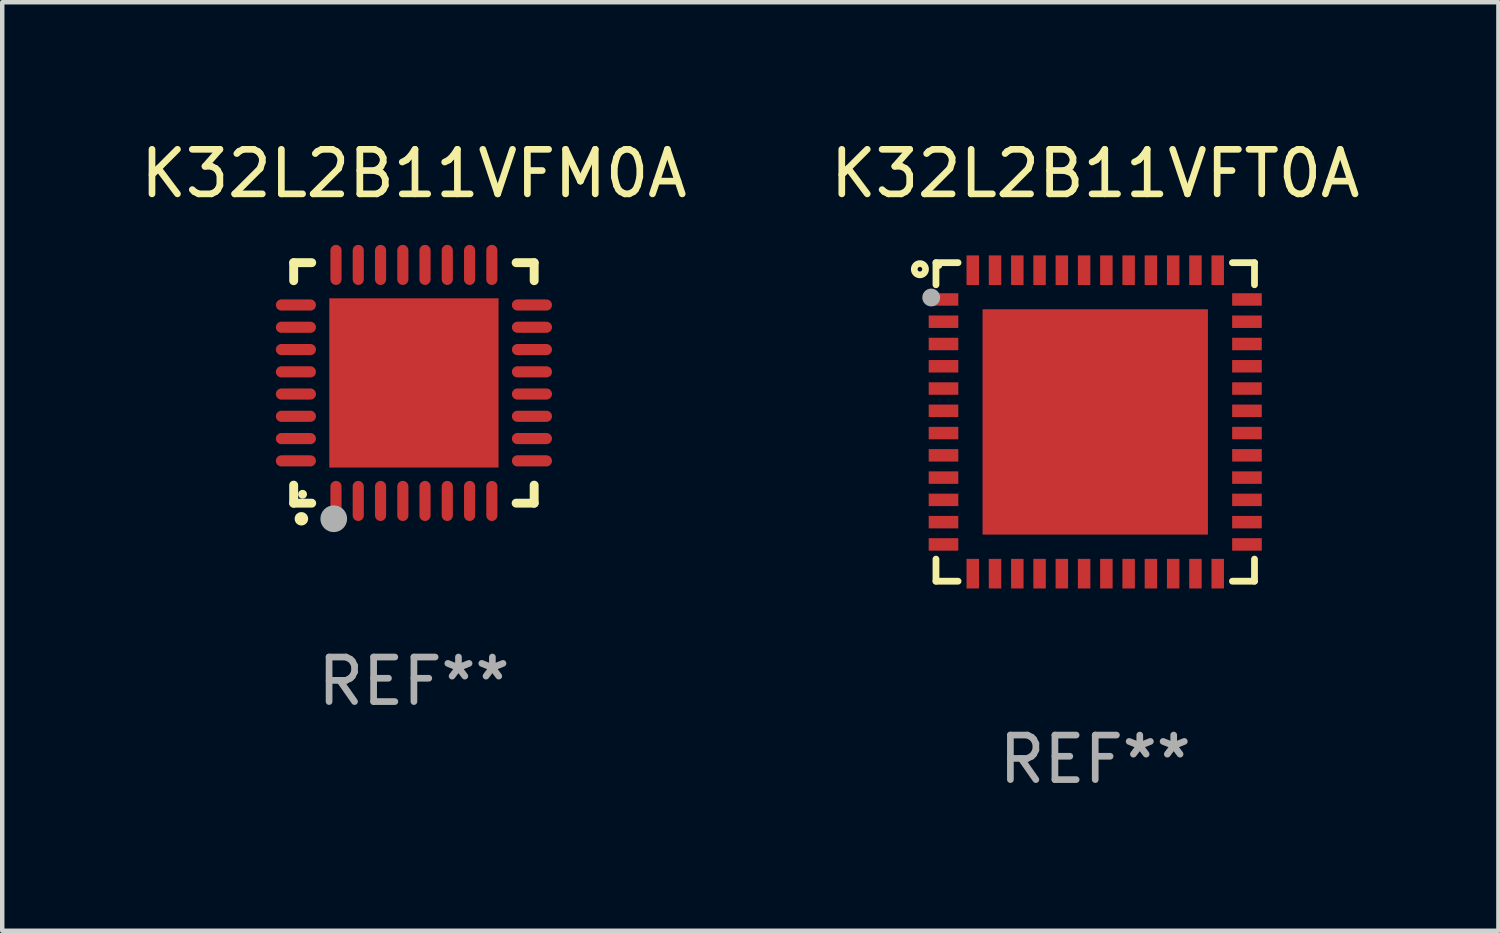
<source format=kicad_pcb>
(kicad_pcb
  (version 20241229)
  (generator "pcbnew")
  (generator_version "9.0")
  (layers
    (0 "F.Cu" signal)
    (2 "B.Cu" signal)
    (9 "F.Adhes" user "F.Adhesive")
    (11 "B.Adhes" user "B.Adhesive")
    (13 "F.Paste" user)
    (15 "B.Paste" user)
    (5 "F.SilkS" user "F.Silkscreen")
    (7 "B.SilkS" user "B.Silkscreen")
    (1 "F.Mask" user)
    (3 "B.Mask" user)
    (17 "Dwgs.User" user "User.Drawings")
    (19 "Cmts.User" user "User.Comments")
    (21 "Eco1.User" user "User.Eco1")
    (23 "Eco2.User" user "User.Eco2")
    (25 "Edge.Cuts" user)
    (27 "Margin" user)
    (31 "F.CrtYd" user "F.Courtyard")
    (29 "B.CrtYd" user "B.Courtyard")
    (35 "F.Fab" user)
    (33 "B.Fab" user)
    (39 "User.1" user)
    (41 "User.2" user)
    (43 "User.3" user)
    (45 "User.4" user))
  (footprint "K32L2B11VFT0A"
    (layer "F.Cu")
    (at 21.542 6.424)
    (property "Reference" "K32L2B11VFT0A" (at 0 -5.576 0) (layer "F.SilkS") (effects (font (size 1 1) (thickness 0.15))))
    (attr through_hole)
    (fp_line (start -3.576 -3.576) (end -3.576 -3.08) (stroke (width 0.152) (type solid)) (layer "F.SilkS"))
    (fp_line (start -3.576 3.576) (end -3.576 3.08) (stroke (width 0.152) (type solid)) (layer "F.SilkS"))
    (fp_line (start -3.08 -3.576) (end -3.576 -3.576) (stroke (width 0.152) (type solid)) (layer "F.SilkS"))
    (fp_line (start -3.08 3.576) (end -3.576 3.576) (stroke (width 0.152) (type solid)) (layer "F.SilkS"))
    (fp_line (start 3.08 -3.576) (end 3.576 -3.576) (stroke (width 0.152) (type solid)) (layer "F.SilkS"))
    (fp_line (start 3.08 3.576) (end 3.576 3.576) (stroke (width 0.152) (type solid)) (layer "F.SilkS"))
    (fp_line (start 3.576 -3.576) (end 3.576 -3.08) (stroke (width 0.152) (type solid)) (layer "F.SilkS"))
    (fp_line (start 3.576 3.576) (end 3.576 3.08) (stroke (width 0.152) (type solid)) (layer "F.SilkS"))
    (fp_circle (center -3.937 -3.429) (end -3.81 -3.429) (stroke (width 0.15) (type solid)) (fill no) (layer "F.SilkS"))
    (fp_circle (center -3.5 -3.5) (end -3.47 -3.5) (stroke (width 0.06) (type solid)) (fill no) (layer "F.SilkS"))
    (fp_circle (center -3.683 -2.794) (end -3.583 -2.794) (stroke (width 0.2) (type solid)) (fill no) (layer "F.Fab"))
    (fp_text user "REF**" (at 0 7.576 0) (layer "F.Fab") (effects (font (size 1 1) (thickness 0.15))))
    (pad "1" smd rect (at -3.407 -2.75) (size 0.665 0.28) (layers "F.Cu" "F.Mask" "F.Paste"))
    (pad "2" smd rect (at -3.407 -2.25) (size 0.665 0.28) (layers "F.Cu" "F.Mask" "F.Paste"))
    (pad "3" smd rect (at -3.407 -1.75) (size 0.665 0.28) (layers "F.Cu" "F.Mask" "F.Paste"))
    (pad "4" smd rect (at -3.407 -1.25) (size 0.665 0.28) (layers "F.Cu" "F.Mask" "F.Paste"))
    (pad "5" smd rect (at -3.407 -0.75) (size 0.665 0.28) (layers "F.Cu" "F.Mask" "F.Paste"))
    (pad "6" smd rect (at -3.407 -0.25) (size 0.665 0.28) (layers "F.Cu" "F.Mask" "F.Paste"))
    (pad "7" smd rect (at -3.407 0.25) (size 0.665 0.28) (layers "F.Cu" "F.Mask" "F.Paste"))
    (pad "8" smd rect (at -3.407 0.75) (size 0.665 0.28) (layers "F.Cu" "F.Mask" "F.Paste"))
    (pad "9" smd rect (at -3.407 1.25) (size 0.665 0.28) (layers "F.Cu" "F.Mask" "F.Paste"))
    (pad "10" smd rect (at -3.407 1.75) (size 0.665 0.28) (layers "F.Cu" "F.Mask" "F.Paste"))
    (pad "11" smd rect (at -3.407 2.25) (size 0.665 0.28) (layers "F.Cu" "F.Mask" "F.Paste"))
    (pad "12" smd rect (at -3.407 2.75) (size 0.665 0.28) (layers "F.Cu" "F.Mask" "F.Paste"))
    (pad "13" smd rect (at -2.75 3.407) (size 0.28 0.665) (layers "F.Cu" "F.Mask" "F.Paste"))
    (pad "14" smd rect (at -2.25 3.407) (size 0.28 0.665) (layers "F.Cu" "F.Mask" "F.Paste"))
    (pad "15" smd rect (at -1.75 3.407) (size 0.28 0.665) (layers "F.Cu" "F.Mask" "F.Paste"))
    (pad "16" smd rect (at -1.25 3.407) (size 0.28 0.665) (layers "F.Cu" "F.Mask" "F.Paste"))
    (pad "17" smd rect (at -0.75 3.407) (size 0.28 0.665) (layers "F.Cu" "F.Mask" "F.Paste"))
    (pad "18" smd rect (at -0.25 3.407) (size 0.28 0.665) (layers "F.Cu" "F.Mask" "F.Paste"))
    (pad "19" smd rect (at 0.25 3.407) (size 0.28 0.665) (layers "F.Cu" "F.Mask" "F.Paste"))
    (pad "20" smd rect (at 0.75 3.407) (size 0.28 0.665) (layers "F.Cu" "F.Mask" "F.Paste"))
    (pad "21" smd rect (at 1.25 3.407) (size 0.28 0.665) (layers "F.Cu" "F.Mask" "F.Paste"))
    (pad "22" smd rect (at 1.75 3.407) (size 0.28 0.665) (layers "F.Cu" "F.Mask" "F.Paste"))
    (pad "23" smd rect (at 2.25 3.407) (size 0.28 0.665) (layers "F.Cu" "F.Mask" "F.Paste"))
    (pad "24" smd rect (at 2.75 3.407) (size 0.28 0.665) (layers "F.Cu" "F.Mask" "F.Paste"))
    (pad "25" smd rect (at 3.407 2.75) (size 0.665 0.28) (layers "F.Cu" "F.Mask" "F.Paste"))
    (pad "26" smd rect (at 3.407 2.25) (size 0.665 0.28) (layers "F.Cu" "F.Mask" "F.Paste"))
    (pad "27" smd rect (at 3.407 1.75) (size 0.665 0.28) (layers "F.Cu" "F.Mask" "F.Paste"))
    (pad "28" smd rect (at 3.407 1.25) (size 0.665 0.28) (layers "F.Cu" "F.Mask" "F.Paste"))
    (pad "29" smd rect (at 3.407 0.75) (size 0.665 0.28) (layers "F.Cu" "F.Mask" "F.Paste"))
    (pad "30" smd rect (at 3.407 0.25) (size 0.665 0.28) (layers "F.Cu" "F.Mask" "F.Paste"))
    (pad "31" smd rect (at 3.407 -0.25) (size 0.665 0.28) (layers "F.Cu" "F.Mask" "F.Paste"))
    (pad "32" smd rect (at 3.407 -0.75) (size 0.665 0.28) (layers "F.Cu" "F.Mask" "F.Paste"))
    (pad "33" smd rect (at 3.407 -1.25) (size 0.665 0.28) (layers "F.Cu" "F.Mask" "F.Paste"))
    (pad "34" smd rect (at 3.407 -1.75) (size 0.665 0.28) (layers "F.Cu" "F.Mask" "F.Paste"))
    (pad "35" smd rect (at 3.407 -2.25) (size 0.665 0.28) (layers "F.Cu" "F.Mask" "F.Paste"))
    (pad "36" smd rect (at 3.407 -2.75) (size 0.665 0.28) (layers "F.Cu" "F.Mask" "F.Paste"))
    (pad "37" smd rect (at 2.75 -3.407) (size 0.28 0.665) (layers "F.Cu" "F.Mask" "F.Paste"))
    (pad "38" smd rect (at 2.25 -3.407) (size 0.28 0.665) (layers "F.Cu" "F.Mask" "F.Paste"))
    (pad "39" smd rect (at 1.75 -3.407) (size 0.28 0.665) (layers "F.Cu" "F.Mask" "F.Paste"))
    (pad "40" smd rect (at 1.25 -3.407) (size 0.28 0.665) (layers "F.Cu" "F.Mask" "F.Paste"))
    (pad "41" smd rect (at 0.75 -3.407) (size 0.28 0.665) (layers "F.Cu" "F.Mask" "F.Paste"))
    (pad "42" smd rect (at 0.25 -3.407) (size 0.28 0.665) (layers "F.Cu" "F.Mask" "F.Paste"))
    (pad "43" smd rect (at -0.25 -3.407) (size 0.28 0.665) (layers "F.Cu" "F.Mask" "F.Paste"))
    (pad "44" smd rect (at -0.75 -3.407) (size 0.28 0.665) (layers "F.Cu" "F.Mask" "F.Paste"))
    (pad "45" smd rect (at -1.25 -3.407) (size 0.28 0.665) (layers "F.Cu" "F.Mask" "F.Paste"))
    (pad "46" smd rect (at -1.75 -3.407) (size 0.28 0.665) (layers "F.Cu" "F.Mask" "F.Paste"))
    (pad "47" smd rect (at -2.25 -3.407) (size 0.28 0.665) (layers "F.Cu" "F.Mask" "F.Paste"))
    (pad "48" smd rect (at -2.75 -3.407) (size 0.28 0.665) (layers "F.Cu" "F.Mask" "F.Paste"))
    (pad "49" smd rect (at 0 0) (size 5.06 5.06) (layers "F.Cu" "F.Mask" "F.Paste")))
  (footprint "K32L2B11VFM0A"
    (layer "F.Cu")
    (at 6.244 5.548)
    (property "Reference" "K32L2B11VFM0A" (at 0 -4.7 0) (layer "F.SilkS") (effects (font (size 1 1) (thickness 0.15))))
    (attr through_hole)
    (fp_line (start -2.7 -2.7) (end -2.295 -2.7) (stroke (width 0.2) (type solid)) (layer "F.SilkS"))
    (fp_line (start -2.7 -2.295) (end -2.7 -2.7) (stroke (width 0.2) (type solid)) (layer "F.SilkS"))
    (fp_line (start -2.7 2.7) (end -2.7 2.295) (stroke (width 0.2) (type solid)) (layer "F.SilkS"))
    (fp_line (start -2.295 2.7) (end -2.7 2.7) (stroke (width 0.2) (type solid)) (layer "F.SilkS"))
    (fp_line (start 2.295 2.7) (end 2.7 2.7) (stroke (width 0.2) (type solid)) (layer "F.SilkS"))
    (fp_line (start 2.7 -2.7) (end 2.295 -2.7) (stroke (width 0.2) (type solid)) (layer "F.SilkS"))
    (fp_line (start 2.7 -2.295) (end 2.7 -2.7) (stroke (width 0.2) (type solid)) (layer "F.SilkS"))
    (fp_line (start 2.7 2.7) (end 2.7 2.295) (stroke (width 0.2) (type solid)) (layer "F.SilkS"))
    (fp_arc (start -2.527889 3.050546) (mid -2.526619 3.050541) (end -2.525349 3.050546) (stroke (width 0.3) (type solid)) (layer "F.SilkS"))
    (fp_circle (center -2.5 2.5) (end -2.45 2.5) (stroke (width 0.1) (type solid)) (fill no) (layer "F.SilkS"))
    (fp_circle (center -1.8 3.05) (end -1.65 3.05) (stroke (width 0.3) (type solid)) (fill no) (layer "F.Fab"))
    (fp_text user "REF**" (at 0 6.7 0) (layer "F.Fab") (effects (font (size 1 1) (thickness 0.15))))
    (pad "1" smd oval (at -1.75 2.65) (size 0.25 0.9) (layers "F.Cu" "F.Mask" "F.Paste"))
    (pad "2" smd oval (at -1.25 2.65) (size 0.25 0.9) (layers "F.Cu" "F.Mask" "F.Paste"))
    (pad "3" smd oval (at -0.749 2.65) (size 0.25 0.9) (layers "F.Cu" "F.Mask" "F.Paste"))
    (pad "4" smd oval (at -0.249 2.65) (size 0.25 0.9) (layers "F.Cu" "F.Mask" "F.Paste"))
    (pad "5" smd oval (at 0.249 2.65) (size 0.25 0.9) (layers "F.Cu" "F.Mask" "F.Paste"))
    (pad "6" smd oval (at 0.749 2.65) (size 0.25 0.9) (layers "F.Cu" "F.Mask" "F.Paste"))
    (pad "7" smd oval (at 1.25 2.65) (size 0.25 0.9) (layers "F.Cu" "F.Mask" "F.Paste"))
    (pad "8" smd oval (at 1.75 2.65) (size 0.25 0.9) (layers "F.Cu" "F.Mask" "F.Paste"))
    (pad "9" smd oval (at 2.65 1.75) (size 0.9 0.25) (layers "F.Cu" "F.Mask" "F.Paste"))
    (pad "10" smd oval (at 2.65 1.25) (size 0.9 0.25) (layers "F.Cu" "F.Mask" "F.Paste"))
    (pad "11" smd oval (at 2.65 0.749) (size 0.9 0.25) (layers "F.Cu" "F.Mask" "F.Paste"))
    (pad "12" smd oval (at 2.65 0.249) (size 0.9 0.25) (layers "F.Cu" "F.Mask" "F.Paste"))
    (pad "13" smd oval (at 2.65 -0.249) (size 0.9 0.25) (layers "F.Cu" "F.Mask" "F.Paste"))
    (pad "14" smd oval (at 2.65 -0.749) (size 0.9 0.25) (layers "F.Cu" "F.Mask" "F.Paste"))
    (pad "15" smd oval (at 2.65 -1.25) (size 0.9 0.25) (layers "F.Cu" "F.Mask" "F.Paste"))
    (pad "16" smd oval (at 2.65 -1.75) (size 0.9 0.25) (layers "F.Cu" "F.Mask" "F.Paste"))
    (pad "17" smd oval (at 1.75 -2.65) (size 0.25 0.9) (layers "F.Cu" "F.Mask" "F.Paste"))
    (pad "18" smd oval (at 1.25 -2.65) (size 0.25 0.9) (layers "F.Cu" "F.Mask" "F.Paste"))
    (pad "19" smd oval (at 0.749 -2.65) (size 0.25 0.9) (layers "F.Cu" "F.Mask" "F.Paste"))
    (pad "20" smd oval (at 0.249 -2.65) (size 0.25 0.9) (layers "F.Cu" "F.Mask" "F.Paste"))
    (pad "21" smd oval (at -0.249 -2.65) (size 0.25 0.9) (layers "F.Cu" "F.Mask" "F.Paste"))
    (pad "22" smd oval (at -0.749 -2.65) (size 0.25 0.9) (layers "F.Cu" "F.Mask" "F.Paste"))
    (pad "23" smd oval (at -1.25 -2.65) (size 0.25 0.9) (layers "F.Cu" "F.Mask" "F.Paste"))
    (pad "24" smd oval (at -1.75 -2.65) (size 0.25 0.9) (layers "F.Cu" "F.Mask" "F.Paste"))
    (pad "25" smd oval (at -2.65 -1.75) (size 0.9 0.25) (layers "F.Cu" "F.Mask" "F.Paste"))
    (pad "26" smd oval (at -2.65 -1.25) (size 0.9 0.25) (layers "F.Cu" "F.Mask" "F.Paste"))
    (pad "27" smd oval (at -2.65 -0.749) (size 0.9 0.25) (layers "F.Cu" "F.Mask" "F.Paste"))
    (pad "28" smd oval (at -2.65 -0.249) (size 0.9 0.25) (layers "F.Cu" "F.Mask" "F.Paste"))
    (pad "29" smd oval (at -2.65 0.249) (size 0.9 0.25) (layers "F.Cu" "F.Mask" "F.Paste"))
    (pad "30" smd oval (at -2.65 0.749) (size 0.9 0.25) (layers "F.Cu" "F.Mask" "F.Paste"))
    (pad "31" smd oval (at -2.65 1.25) (size 0.9 0.25) (layers "F.Cu" "F.Mask" "F.Paste"))
    (pad "32" smd oval (at -2.65 1.75) (size 0.9 0.25) (layers "F.Cu" "F.Mask" "F.Paste"))
    (pad "33" smd rect (at 0.000076 0.000076) (size 3.8 3.8) (layers "F.Cu" "F.Mask" "F.Paste")))
  (gr_rect
    (start -3 -3)
    (end 30.595 17.849)
    (stroke (width 0.1) (type default))
    (fill no)
    (layer "Edge.Cuts")))
</source>
